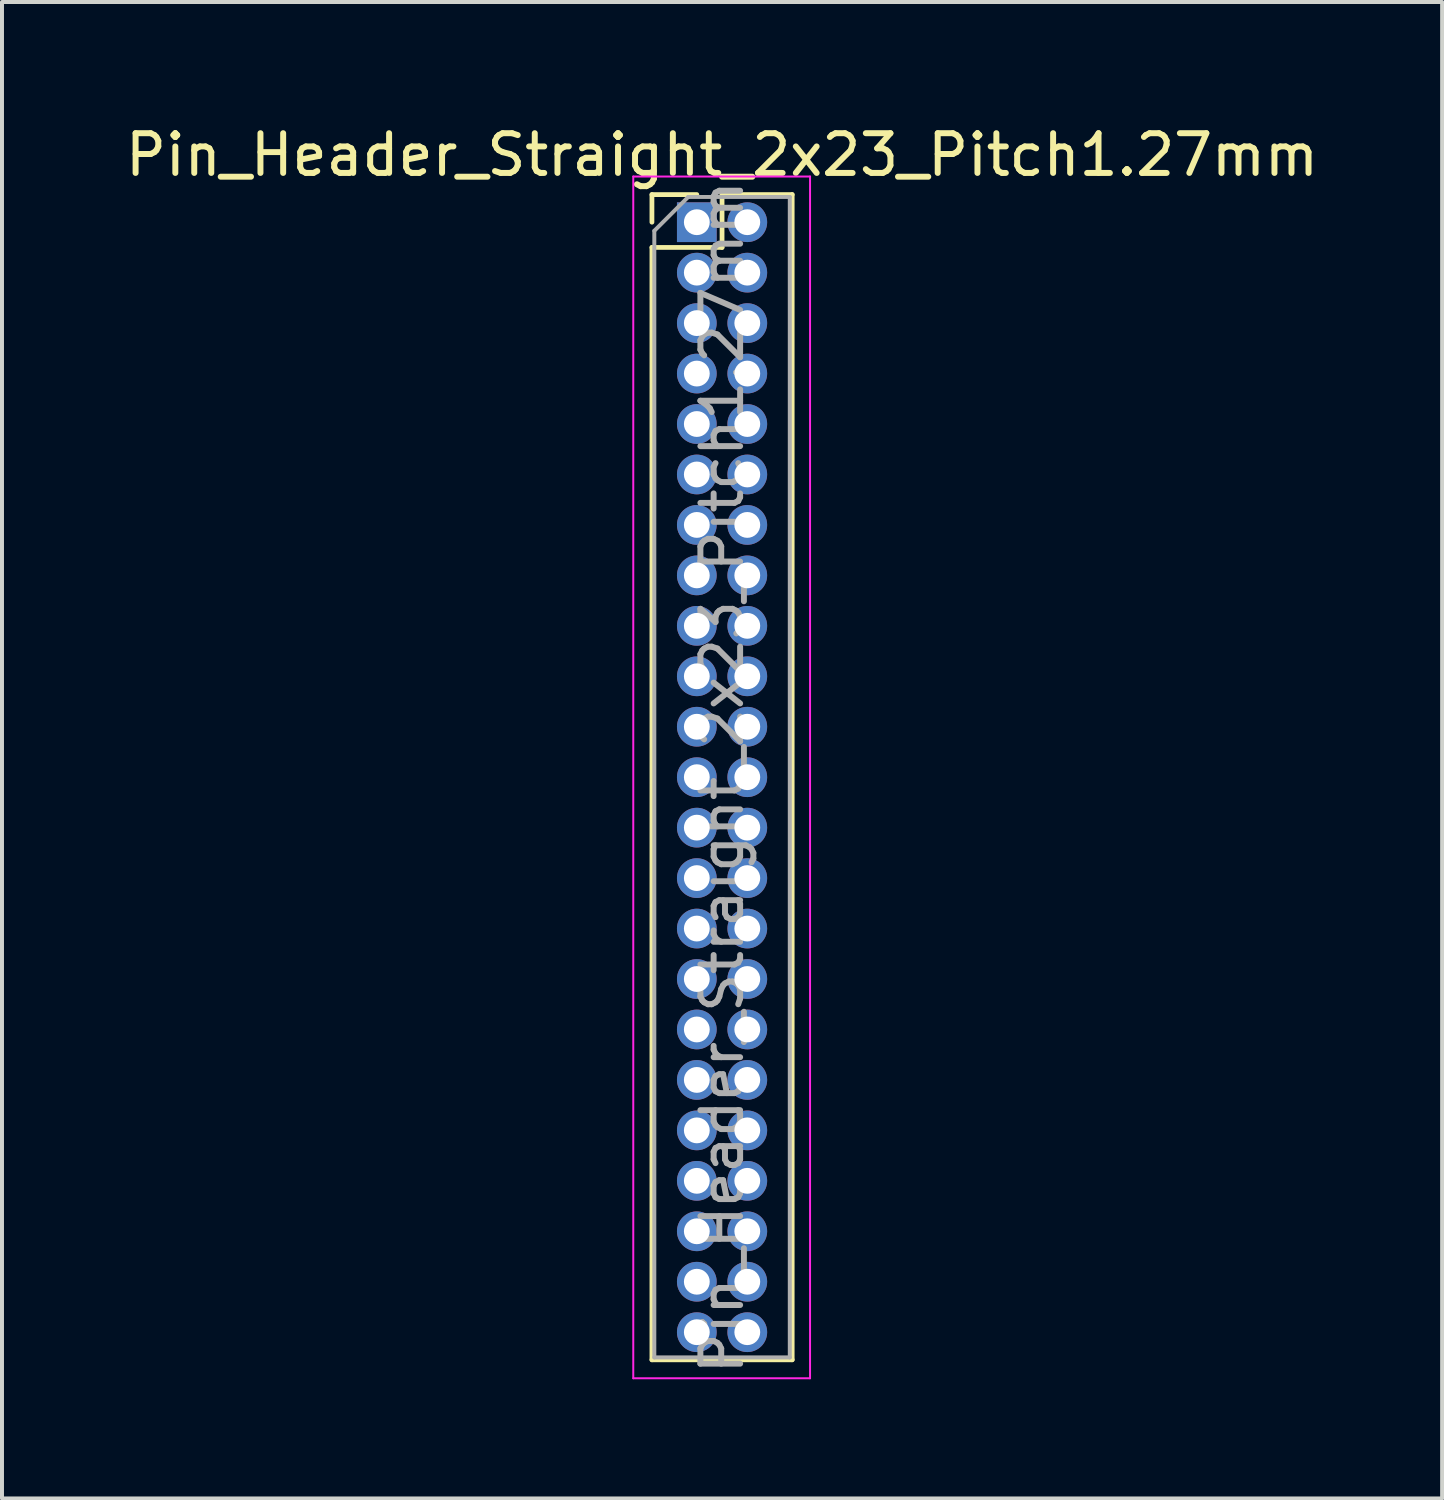
<source format=kicad_pcb>
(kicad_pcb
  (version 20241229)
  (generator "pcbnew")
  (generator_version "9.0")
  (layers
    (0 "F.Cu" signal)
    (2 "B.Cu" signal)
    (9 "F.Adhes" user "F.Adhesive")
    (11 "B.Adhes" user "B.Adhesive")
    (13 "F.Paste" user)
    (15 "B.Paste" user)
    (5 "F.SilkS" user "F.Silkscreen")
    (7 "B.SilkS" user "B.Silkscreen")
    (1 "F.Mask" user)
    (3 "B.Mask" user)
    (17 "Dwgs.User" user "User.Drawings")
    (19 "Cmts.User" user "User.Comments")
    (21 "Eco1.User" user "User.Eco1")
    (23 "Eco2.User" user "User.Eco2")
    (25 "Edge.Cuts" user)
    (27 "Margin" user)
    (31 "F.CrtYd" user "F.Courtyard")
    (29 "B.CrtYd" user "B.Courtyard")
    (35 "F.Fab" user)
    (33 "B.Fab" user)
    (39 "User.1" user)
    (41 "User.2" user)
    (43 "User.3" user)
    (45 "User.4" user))
  (footprint "Pin_Header_Straight_2x23_Pitch1.27mm"
    (layer "F.Cu")
    (at 14.49 2.543)
    (property "Reference" "Pin_Header_Straight_2x23_Pitch1.27mm" (at 0.635 -1.695 0) (layer "F.SilkS") (effects (font (size 1 1) (thickness 0.15))))
    (attr through_hole)
    (fp_line (start -1.13 -0.695) (end 0 -0.695) (stroke (width 0.12) (type solid)) (layer "F.SilkS"))
    (fp_line (start -1.13 0) (end -1.13 -0.695) (stroke (width 0.12) (type solid)) (layer "F.SilkS"))
    (fp_line (start -1.13 0.635) (end -1.13 28.635) (stroke (width 0.12) (type solid)) (layer "F.SilkS"))
    (fp_line (start -1.13 28.635) (end 2.4 28.635) (stroke (width 0.12) (type solid)) (layer "F.SilkS"))
    (fp_line (start 0.635 -0.695) (end 0.635 0.635) (stroke (width 0.12) (type solid)) (layer "F.SilkS"))
    (fp_line (start 0.635 0.635) (end -1.13 0.635) (stroke (width 0.12) (type solid)) (layer "F.SilkS"))
    (fp_line (start 2.4 -0.695) (end 0.635 -0.695) (stroke (width 0.12) (type solid)) (layer "F.SilkS"))
    (fp_line (start 2.4 28.635) (end 2.4 -0.695) (stroke (width 0.12) (type solid)) (layer "F.SilkS"))
    (fp_line (start -1.6 -1.15) (end -1.6 29.1) (stroke (width 0.05) (type solid)) (layer "F.CrtYd"))
    (fp_line (start -1.6 29.1) (end 2.85 29.1) (stroke (width 0.05) (type solid)) (layer "F.CrtYd"))
    (fp_line (start 2.85 -1.15) (end -1.6 -1.15) (stroke (width 0.05) (type solid)) (layer "F.CrtYd"))
    (fp_line (start 2.85 29.1) (end 2.85 -1.15) (stroke (width 0.05) (type solid)) (layer "F.CrtYd"))
    (fp_line (start -1.07 0.217) (end -0.217 -0.635) (stroke (width 0.1) (type solid)) (layer "F.Fab"))
    (fp_line (start -1.07 28.575) (end -1.07 0.217) (stroke (width 0.1) (type solid)) (layer "F.Fab"))
    (fp_line (start -0.217 -0.635) (end 2.34 -0.635) (stroke (width 0.1) (type solid)) (layer "F.Fab"))
    (fp_line (start 2.34 -0.635) (end 2.34 28.575) (stroke (width 0.1) (type solid)) (layer "F.Fab"))
    (fp_line (start 2.34 28.575) (end -1.07 28.575) (stroke (width 0.1) (type solid)) (layer "F.Fab"))
    (fp_text user "${REFERENCE}" (at 0.635 13.97 90) (layer "F.Fab") (effects (font (size 1 1) (thickness 0.15))))
    (pad "1" thru_hole rect (at 0 0) (size 1 1) (drill 0.65) (layers "*.Cu" "*.Mask"))
    (pad "2" thru_hole oval (at 1.27 0) (size 1 1) (drill 0.65) (layers "*.Cu" "*.Mask"))
    (pad "3" thru_hole oval (at 0 1.27) (size 1 1) (drill 0.65) (layers "*.Cu" "*.Mask"))
    (pad "4" thru_hole oval (at 1.27 1.27) (size 1 1) (drill 0.65) (layers "*.Cu" "*.Mask"))
    (pad "5" thru_hole oval (at 0 2.54) (size 1 1) (drill 0.65) (layers "*.Cu" "*.Mask"))
    (pad "6" thru_hole oval (at 1.27 2.54) (size 1 1) (drill 0.65) (layers "*.Cu" "*.Mask"))
    (pad "7" thru_hole oval (at 0 3.81) (size 1 1) (drill 0.65) (layers "*.Cu" "*.Mask"))
    (pad "8" thru_hole oval (at 1.27 3.81) (size 1 1) (drill 0.65) (layers "*.Cu" "*.Mask"))
    (pad "9" thru_hole oval (at 0 5.08) (size 1 1) (drill 0.65) (layers "*.Cu" "*.Mask"))
    (pad "10" thru_hole oval (at 1.27 5.08) (size 1 1) (drill 0.65) (layers "*.Cu" "*.Mask"))
    (pad "11" thru_hole oval (at 0 6.35) (size 1 1) (drill 0.65) (layers "*.Cu" "*.Mask"))
    (pad "12" thru_hole oval (at 1.27 6.35) (size 1 1) (drill 0.65) (layers "*.Cu" "*.Mask"))
    (pad "13" thru_hole oval (at 0 7.62) (size 1 1) (drill 0.65) (layers "*.Cu" "*.Mask"))
    (pad "14" thru_hole oval (at 1.27 7.62) (size 1 1) (drill 0.65) (layers "*.Cu" "*.Mask"))
    (pad "15" thru_hole oval (at 0 8.89) (size 1 1) (drill 0.65) (layers "*.Cu" "*.Mask"))
    (pad "16" thru_hole oval (at 1.27 8.89) (size 1 1) (drill 0.65) (layers "*.Cu" "*.Mask"))
    (pad "17" thru_hole oval (at 0 10.16) (size 1 1) (drill 0.65) (layers "*.Cu" "*.Mask"))
    (pad "18" thru_hole oval (at 1.27 10.16) (size 1 1) (drill 0.65) (layers "*.Cu" "*.Mask"))
    (pad "19" thru_hole oval (at 0 11.43) (size 1 1) (drill 0.65) (layers "*.Cu" "*.Mask"))
    (pad "20" thru_hole oval (at 1.27 11.43) (size 1 1) (drill 0.65) (layers "*.Cu" "*.Mask"))
    (pad "21" thru_hole oval (at 0 12.7) (size 1 1) (drill 0.65) (layers "*.Cu" "*.Mask"))
    (pad "22" thru_hole oval (at 1.27 12.7) (size 1 1) (drill 0.65) (layers "*.Cu" "*.Mask"))
    (pad "23" thru_hole oval (at 0 13.97) (size 1 1) (drill 0.65) (layers "*.Cu" "*.Mask"))
    (pad "24" thru_hole oval (at 1.27 13.97) (size 1 1) (drill 0.65) (layers "*.Cu" "*.Mask"))
    (pad "25" thru_hole oval (at 0 15.24) (size 1 1) (drill 0.65) (layers "*.Cu" "*.Mask"))
    (pad "26" thru_hole oval (at 1.27 15.24) (size 1 1) (drill 0.65) (layers "*.Cu" "*.Mask"))
    (pad "27" thru_hole oval (at 0 16.51) (size 1 1) (drill 0.65) (layers "*.Cu" "*.Mask"))
    (pad "28" thru_hole oval (at 1.27 16.51) (size 1 1) (drill 0.65) (layers "*.Cu" "*.Mask"))
    (pad "29" thru_hole oval (at 0 17.78) (size 1 1) (drill 0.65) (layers "*.Cu" "*.Mask"))
    (pad "30" thru_hole oval (at 1.27 17.78) (size 1 1) (drill 0.65) (layers "*.Cu" "*.Mask"))
    (pad "31" thru_hole oval (at 0 19.05) (size 1 1) (drill 0.65) (layers "*.Cu" "*.Mask"))
    (pad "32" thru_hole oval (at 1.27 19.05) (size 1 1) (drill 0.65) (layers "*.Cu" "*.Mask"))
    (pad "33" thru_hole oval (at 0 20.32) (size 1 1) (drill 0.65) (layers "*.Cu" "*.Mask"))
    (pad "34" thru_hole oval (at 1.27 20.32) (size 1 1) (drill 0.65) (layers "*.Cu" "*.Mask"))
    (pad "35" thru_hole oval (at 0 21.59) (size 1 1) (drill 0.65) (layers "*.Cu" "*.Mask"))
    (pad "36" thru_hole oval (at 1.27 21.59) (size 1 1) (drill 0.65) (layers "*.Cu" "*.Mask"))
    (pad "37" thru_hole oval (at 0 22.86) (size 1 1) (drill 0.65) (layers "*.Cu" "*.Mask"))
    (pad "38" thru_hole oval (at 1.27 22.86) (size 1 1) (drill 0.65) (layers "*.Cu" "*.Mask"))
    (pad "39" thru_hole oval (at 0 24.13) (size 1 1) (drill 0.65) (layers "*.Cu" "*.Mask"))
    (pad "40" thru_hole oval (at 1.27 24.13) (size 1 1) (drill 0.65) (layers "*.Cu" "*.Mask"))
    (pad "41" thru_hole oval (at 0 25.4) (size 1 1) (drill 0.65) (layers "*.Cu" "*.Mask"))
    (pad "42" thru_hole oval (at 1.27 25.4) (size 1 1) (drill 0.65) (layers "*.Cu" "*.Mask"))
    (pad "43" thru_hole oval (at 0 26.67) (size 1 1) (drill 0.65) (layers "*.Cu" "*.Mask"))
    (pad "44" thru_hole oval (at 1.27 26.67) (size 1 1) (drill 0.65) (layers "*.Cu" "*.Mask"))
    (pad "45" thru_hole oval (at 0 27.94) (size 1 1) (drill 0.65) (layers "*.Cu" "*.Mask"))
    (pad "46" thru_hole oval (at 1.27 27.94) (size 1 1) (drill 0.65) (layers "*.Cu" "*.Mask")))
  (gr_rect
    (start -3 -3)
    (end 33.25 34.668)
    (stroke (width 0.1) (type default))
    (fill no)
    (layer "Edge.Cuts")))
</source>
